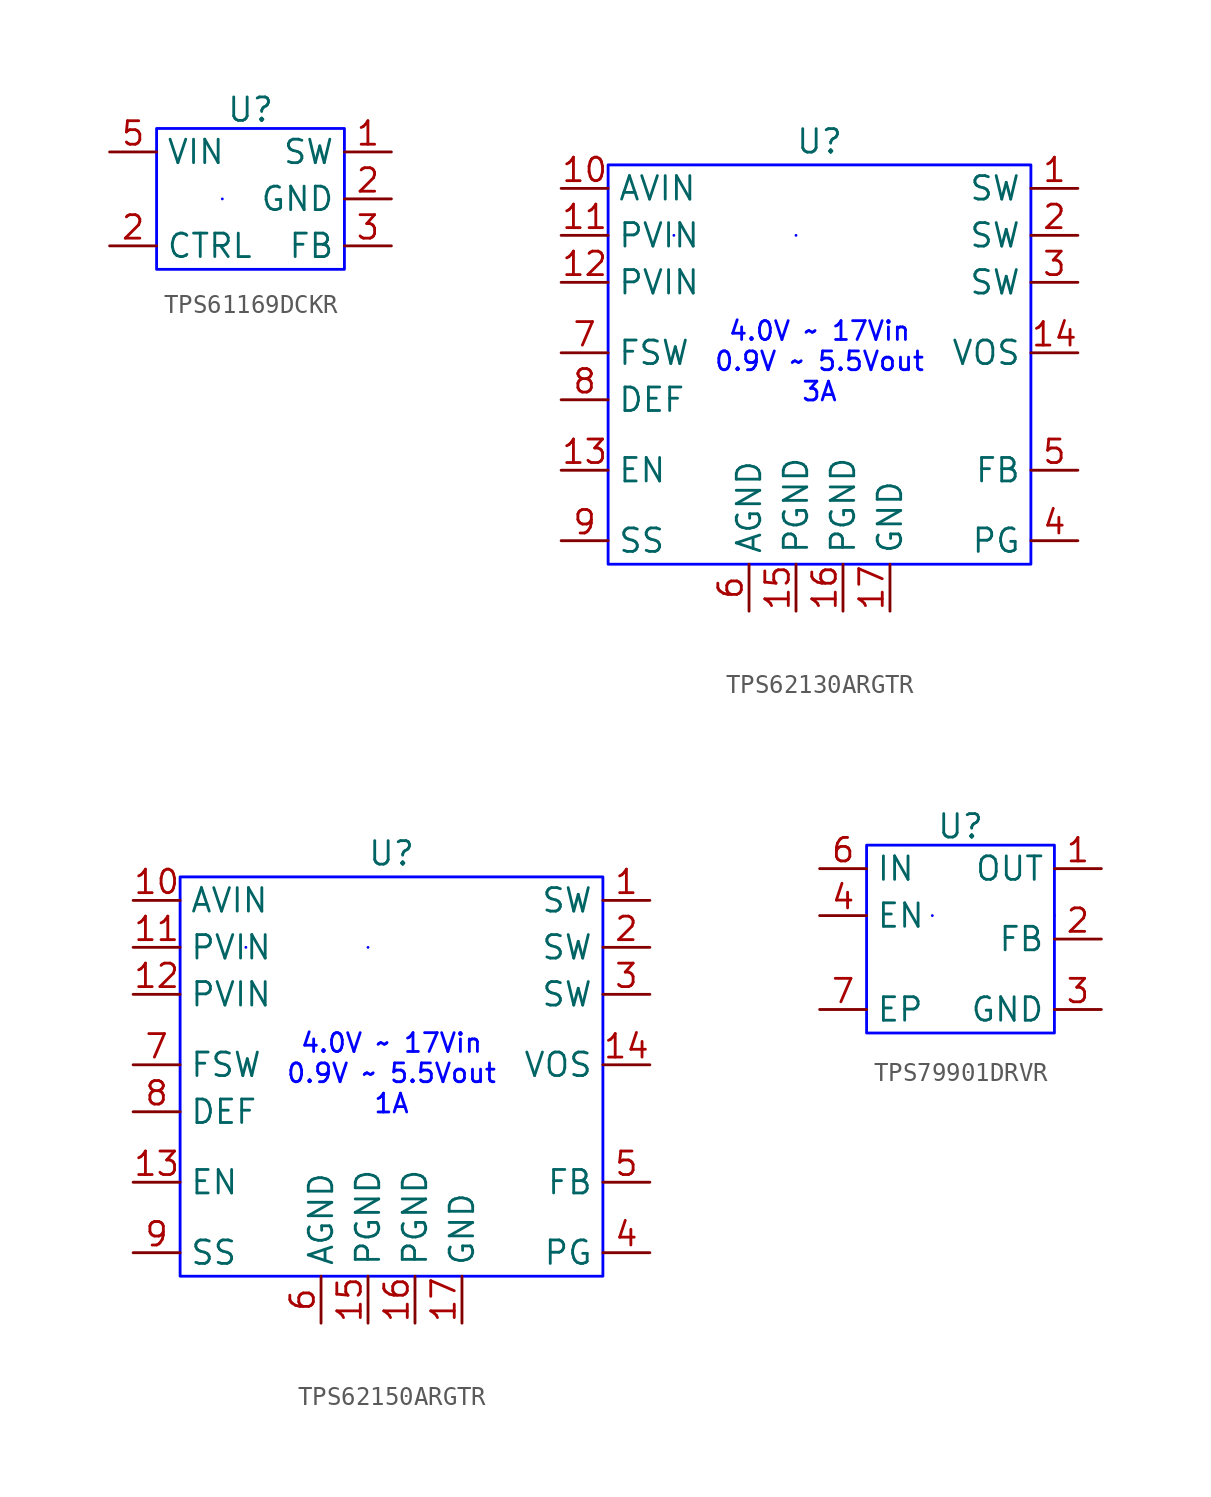
<source format=kicad_sym>
(kicad_symbol_lib
  (version 20241209)
  (generator "kicad_symbol_editor")
  (generator_version "9.0")
  (symbol "TPS61169DCKR"
    (property "Reference" "U"
      (at 5.08 1.016 0)
      (effects (font (size 1.27 1.27))))
    (property "Value" ""
      (at 0 0 0)
      (effects (font (size 1.27 1.27))))
    (symbol "TPS61169DCKR_0_1"
      (rectangle (start 0 0) (end 10.16 -7.62) (stroke (width 0) (type default) (color 0 0 255 1)) (fill (type none)))
      (polyline (pts (xy 3.556 -3.81) (xy 3.556 -3.81)) (stroke (width 0) (type default) (color 0 0 255 1)) (fill (type none)))
      (polyline (pts (xy 10.16 -3.81) (xy 10.16 -3.81)) (stroke (width 0) (type default) (color 0 0 255 1)) (fill (type none))))
    (symbol "TPS61169DCKR_1_1"
      (pin power_in line (at -2.54 -1.27 0) (length 2.54) (name "VIN" (effects (font (size 1.27 1.27)))) (number "5" (effects (font (size 1.27 1.27)))))
      (pin input line (at -2.54 -6.35 0) (length 2.54) (name "CTRL" (effects (font (size 1.27 1.27)))) (number "2" (effects (font (size 1.27 1.27)))))
      (pin power_out line (at 12.7 -1.27 180) (length 2.54) (name "SW" (effects (font (size 1.27 1.27)))) (number "1" (effects (font (size 1.27 1.27)))))
      (pin power_in line (at 12.7 -3.81 180) (length 2.54) (name "GND" (effects (font (size 1.27 1.27)))) (number "2" (effects (font (size 1.27 1.27)))))
      (pin input line (at 12.7 -6.35 180) (length 2.54) (name "FB" (effects (font (size 1.27 1.27)))) (number "3" (effects (font (size 1.27 1.27)))))))
  (symbol "TPS62130ARGTR"
    (property "Reference" "U"
      (at 11.43 1.27 0)
      (effects (font (size 1.27 1.27))))
    (property "Value" ""
      (at 0 0 0)
      (effects (font (size 1.27 1.27))))
    (symbol "TPS62130ARGTR_0_1"
      (rectangle (start 0 0) (end 22.86 -21.59) (stroke (width 0) (type default) (color 0 0 255 1)) (fill (type none)))
      (polyline (pts (xy 3.556 -3.81) (xy 3.556 -3.81)) (stroke (width 0) (type default) (color 0 0 255 1)) (fill (type none)))
      (polyline (pts (xy 10.16 -3.81) (xy 10.16 -3.81)) (stroke (width 0) (type default) (color 0 0 255 1)) (fill (type none))))
    (symbol "TPS62130ARGTR_1_1"
      (text "4.0V ~ 17Vin\n0.9V ~ 5.5Vout\n3A\n\n" (at 11.43 -11.43 0) (effects (font (size 1.016 1.016) (color 0 0 255 1))))
      (pin power_in line (at -2.54 -1.27 0) (length 2.54) (name "AVIN" (effects (font (size 1.27 1.27)))) (number "10" (effects (font (size 1.27 1.27)))))
      (pin power_in line (at -2.54 -3.81 0) (length 2.54) (name "PVIN" (effects (font (size 1.27 1.27)))) (number "11" (effects (font (size 1.27 1.27)))))
      (pin power_in line (at -2.54 -6.35 0) (length 2.54) (name "PVIN" (effects (font (size 1.27 1.27)))) (number "12" (effects (font (size 1.27 1.27)))))
      (pin input line (at -2.54 -10.16 0) (length 2.54) (name "FSW" (effects (font (size 1.27 1.27)))) (number "7" (effects (font (size 1.27 1.27)))))
      (pin input line (at -2.54 -12.7 0) (length 2.54) (name "DEF" (effects (font (size 1.27 1.27)))) (number "8" (effects (font (size 1.27 1.27)))))
      (pin input line (at -2.54 -16.51 0) (length 2.54) (name "EN" (effects (font (size 1.27 1.27)))) (number "13" (effects (font (size 1.27 1.27)))))
      (pin input line (at -2.54 -20.32 0) (length 2.54) (name "SS" (effects (font (size 1.27 1.27)))) (number "9" (effects (font (size 1.27 1.27)))))
      (pin power_in line (at 7.62 -24.13 90) (length 2.54) (name "AGND" (effects (font (size 1.27 1.27)))) (number "6" (effects (font (size 1.27 1.27)))))
      (pin power_in line (at 10.16 -24.13 90) (length 2.54) (name "PGND" (effects (font (size 1.27 1.27)))) (number "15" (effects (font (size 1.27 1.27)))))
      (pin power_in line (at 12.7 -24.13 90) (length 2.54) (name "PGND" (effects (font (size 1.27 1.27)))) (number "16" (effects (font (size 1.27 1.27)))))
      (pin power_in line (at 15.24 -24.13 90) (length 2.54) (name "GND" (effects (font (size 1.27 1.27)))) (number "17" (effects (font (size 1.27 1.27)))))
      (pin power_out line (at 25.4 -1.27 180) (length 2.54) (name "SW" (effects (font (size 1.27 1.27)))) (number "1" (effects (font (size 1.27 1.27)))))
      (pin power_out line (at 25.4 -3.81 180) (length 2.54) (name "SW" (effects (font (size 1.27 1.27)))) (number "2" (effects (font (size 1.27 1.27)))))
      (pin power_out line (at 25.4 -6.35 180) (length 2.54) (name "SW" (effects (font (size 1.27 1.27)))) (number "3" (effects (font (size 1.27 1.27)))))
      (pin power_in line (at 25.4 -10.16 180) (length 2.54) (name "VOS" (effects (font (size 1.27 1.27)))) (number "14" (effects (font (size 1.27 1.27)))))
      (pin input line (at 25.4 -16.51 180) (length 2.54) (name "FB" (effects (font (size 1.27 1.27)))) (number "5" (effects (font (size 1.27 1.27)))))
      (pin open_collector line (at 25.4 -20.32 180) (length 2.54) (name "PG" (effects (font (size 1.27 1.27)))) (number "4" (effects (font (size 1.27 1.27)))))))
  (symbol "TPS62150ARGTR"
    (property "Reference" "U"
      (at 11.43 1.27 0)
      (effects (font (size 1.27 1.27))))
    (property "Value" ""
      (at 0 0 0)
      (effects (font (size 1.27 1.27))))
    (symbol "TPS62150ARGTR_0_1"
      (rectangle (start 0 0) (end 22.86 -21.59) (stroke (width 0) (type default) (color 0 0 255 1)) (fill (type none)))
      (polyline (pts (xy 3.556 -3.81) (xy 3.556 -3.81)) (stroke (width 0) (type default) (color 0 0 255 1)) (fill (type none)))
      (polyline (pts (xy 10.16 -3.81) (xy 10.16 -3.81)) (stroke (width 0) (type default) (color 0 0 255 1)) (fill (type none))))
    (symbol "TPS62150ARGTR_1_1"
      (text "4.0V ~ 17Vin\n0.9V ~ 5.5Vout\n1A\n\n" (at 11.43 -11.43 0) (effects (font (size 1.016 1.016) (color 0 0 255 1))))
      (pin power_in line (at -2.54 -1.27 0) (length 2.54) (name "AVIN" (effects (font (size 1.27 1.27)))) (number "10" (effects (font (size 1.27 1.27)))))
      (pin power_in line (at -2.54 -3.81 0) (length 2.54) (name "PVIN" (effects (font (size 1.27 1.27)))) (number "11" (effects (font (size 1.27 1.27)))))
      (pin power_in line (at -2.54 -6.35 0) (length 2.54) (name "PVIN" (effects (font (size 1.27 1.27)))) (number "12" (effects (font (size 1.27 1.27)))))
      (pin input line (at -2.54 -10.16 0) (length 2.54) (name "FSW" (effects (font (size 1.27 1.27)))) (number "7" (effects (font (size 1.27 1.27)))))
      (pin input line (at -2.54 -12.7 0) (length 2.54) (name "DEF" (effects (font (size 1.27 1.27)))) (number "8" (effects (font (size 1.27 1.27)))))
      (pin input line (at -2.54 -16.51 0) (length 2.54) (name "EN" (effects (font (size 1.27 1.27)))) (number "13" (effects (font (size 1.27 1.27)))))
      (pin input line (at -2.54 -20.32 0) (length 2.54) (name "SS" (effects (font (size 1.27 1.27)))) (number "9" (effects (font (size 1.27 1.27)))))
      (pin power_in line (at 7.62 -24.13 90) (length 2.54) (name "AGND" (effects (font (size 1.27 1.27)))) (number "6" (effects (font (size 1.27 1.27)))))
      (pin power_in line (at 10.16 -24.13 90) (length 2.54) (name "PGND" (effects (font (size 1.27 1.27)))) (number "15" (effects (font (size 1.27 1.27)))))
      (pin power_in line (at 12.7 -24.13 90) (length 2.54) (name "PGND" (effects (font (size 1.27 1.27)))) (number "16" (effects (font (size 1.27 1.27)))))
      (pin power_in line (at 15.24 -24.13 90) (length 2.54) (name "GND" (effects (font (size 1.27 1.27)))) (number "17" (effects (font (size 1.27 1.27)))))
      (pin power_out line (at 25.4 -1.27 180) (length 2.54) (name "SW" (effects (font (size 1.27 1.27)))) (number "1" (effects (font (size 1.27 1.27)))))
      (pin power_out line (at 25.4 -3.81 180) (length 2.54) (name "SW" (effects (font (size 1.27 1.27)))) (number "2" (effects (font (size 1.27 1.27)))))
      (pin power_out line (at 25.4 -6.35 180) (length 2.54) (name "SW" (effects (font (size 1.27 1.27)))) (number "3" (effects (font (size 1.27 1.27)))))
      (pin power_in line (at 25.4 -10.16 180) (length 2.54) (name "VOS" (effects (font (size 1.27 1.27)))) (number "14" (effects (font (size 1.27 1.27)))))
      (pin input line (at 25.4 -16.51 180) (length 2.54) (name "FB" (effects (font (size 1.27 1.27)))) (number "5" (effects (font (size 1.27 1.27)))))
      (pin open_collector line (at 25.4 -20.32 180) (length 2.54) (name "PG" (effects (font (size 1.27 1.27)))) (number "4" (effects (font (size 1.27 1.27)))))))
  (symbol "TPS79901DRVR"
    (property "Reference" "U"
      (at 5.08 1.016 0)
      (effects (font (size 1.27 1.27))))
    (property "Value" ""
      (at 0 0 0)
      (effects (font (size 1.27 1.27))))
    (symbol "TPS79901DRVR_0_1"
      (rectangle (start 0 0) (end 10.16 -10.16) (stroke (width 0) (type default) (color 0 0 255 1)) (fill (type none)))
      (polyline (pts (xy 3.556 -3.81) (xy 3.556 -3.81)) (stroke (width 0) (type default) (color 0 0 255 1)) (fill (type none)))
      (polyline (pts (xy 10.16 -3.81) (xy 10.16 -3.81)) (stroke (width 0) (type default) (color 0 0 255 1)) (fill (type none))))
    (symbol "TPS79901DRVR_1_1"
      (pin power_in line (at -2.54 -1.27 0) (length 2.54) (name "IN" (effects (font (size 1.27 1.27)))) (number "6" (effects (font (size 1.27 1.27)))))
      (pin input line (at -2.54 -3.81 0) (length 2.54) (name "EN" (effects (font (size 1.27 1.27)))) (number "4" (effects (font (size 1.27 1.27)))))
      (pin no_connect line (at -2.54 -6.35 0) (length 2.54) (hide yes) (name "NC" (effects (font (size 1.27 1.27)))) (number "5" (effects (font (size 1.27 1.27)))))
      (pin power_in line (at -2.54 -8.89 0) (length 2.54) (name "EP" (effects (font (size 1.27 1.27)))) (number "7" (effects (font (size 1.27 1.27)))))
      (pin power_out line (at 12.7 -1.27 180) (length 2.54) (name "OUT" (effects (font (size 1.27 1.27)))) (number "1" (effects (font (size 1.27 1.27)))))
      (pin input line (at 12.7 -5.08 180) (length 2.54) (name "FB" (effects (font (size 1.27 1.27)))) (number "2" (effects (font (size 1.27 1.27)))))
      (pin power_in line (at 12.7 -8.89 180) (length 2.54) (name "GND" (effects (font (size 1.27 1.27)))) (number "3" (effects (font (size 1.27 1.27))))))))
</source>
